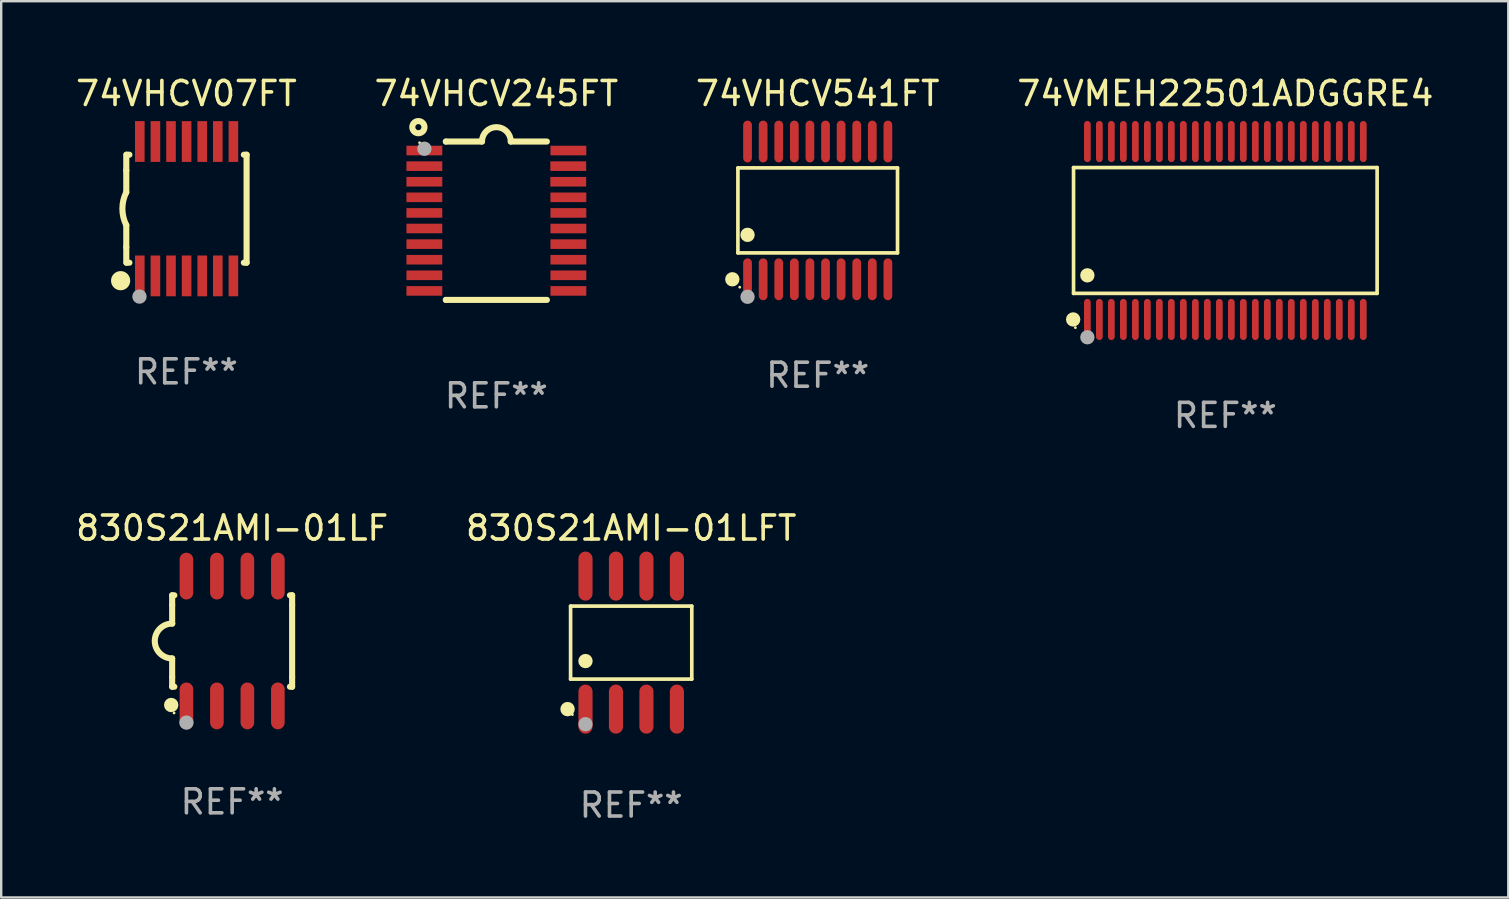
<source format=kicad_pcb>
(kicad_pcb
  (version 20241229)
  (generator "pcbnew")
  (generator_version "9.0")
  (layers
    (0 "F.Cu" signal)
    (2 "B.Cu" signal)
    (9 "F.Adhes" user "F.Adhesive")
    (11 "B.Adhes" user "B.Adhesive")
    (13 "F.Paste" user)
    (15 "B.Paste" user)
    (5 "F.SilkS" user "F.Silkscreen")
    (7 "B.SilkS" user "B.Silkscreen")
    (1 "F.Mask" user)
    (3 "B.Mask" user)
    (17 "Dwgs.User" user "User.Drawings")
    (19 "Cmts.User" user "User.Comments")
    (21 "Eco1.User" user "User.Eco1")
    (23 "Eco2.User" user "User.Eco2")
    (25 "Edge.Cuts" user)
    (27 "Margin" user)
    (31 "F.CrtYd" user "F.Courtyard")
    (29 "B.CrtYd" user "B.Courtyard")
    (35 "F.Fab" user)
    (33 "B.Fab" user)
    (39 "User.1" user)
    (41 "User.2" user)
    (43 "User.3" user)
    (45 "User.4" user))
  (footprint "830S21AMI-01LF"
    (layer "F.Cu")
    (at 6.625 23.665)
    (property "Reference" "830S21AMI-01LF" (at 0 -4.705 0) (layer "F.SilkS") (effects (font (size 1 1) (thickness 0.15))))
    (attr through_hole)
    (fp_line (start -2.5 -1.905) (end -2.409 -1.905) (stroke (width 0.254) (type solid)) (layer "F.SilkS"))
    (fp_line (start -2.5 -1.5) (end -2.5 -1.905) (stroke (width 0.254) (type solid)) (layer "F.SilkS"))
    (fp_line (start -2.5 -1.5) (end -2.5 -0.726) (stroke (width 0.254) (type solid)) (layer "F.SilkS"))
    (fp_line (start -2.5 1.5) (end -2.5 0.727) (stroke (width 0.254) (type solid)) (layer "F.SilkS"))
    (fp_line (start -2.5 1.5) (end -2.5 1.905) (stroke (width 0.254) (type solid)) (layer "F.SilkS"))
    (fp_line (start -2.5 1.905) (end -2.409 1.905) (stroke (width 0.254) (type solid)) (layer "F.SilkS"))
    (fp_line (start 2.5 -1.905) (end 2.409 -1.905) (stroke (width 0.254) (type solid)) (layer "F.SilkS"))
    (fp_line (start 2.5 -1.5) (end 2.5 -1.905) (stroke (width 0.254) (type solid)) (layer "F.SilkS"))
    (fp_line (start 2.5 -1.5) (end 2.5 1.5) (stroke (width 0.254) (type solid)) (layer "F.SilkS"))
    (fp_line (start 2.5 1.5) (end 2.5 1.905) (stroke (width 0.254) (type solid)) (layer "F.SilkS"))
    (fp_line (start 2.5 1.905) (end 2.409 1.905) (stroke (width 0.254) (type solid)) (layer "F.SilkS"))
    (fp_arc (start -2.5 0.726568) (mid -3.220316 -0.0023) (end -2.495097 -0.726289) (stroke (width 0.254001) (type solid)) (layer "F.SilkS"))
    (fp_circle (center -2.54 2.667) (end -2.39 2.667) (stroke (width 0.3) (type solid)) (fill no) (layer "F.SilkS"))
    (fp_circle (center -2.42 3) (end -2.39 3) (stroke (width 0.06) (type solid)) (fill no) (layer "F.SilkS"))
    (fp_circle (center -1.905 3.4) (end -1.755 3.4) (stroke (width 0.3) (type solid)) (fill no) (layer "F.Fab"))
    (fp_text user "REF**" (at 0 6.705 0) (layer "F.Fab") (effects (font (size 1 1) (thickness 0.15))))
    (pad "1" smd oval (at -1.905 2.705) (size 0.568 1.95) (layers "F.Cu" "F.Mask" "F.Paste"))
    (pad "2" smd oval (at -0.635 2.705) (size 0.568 1.95) (layers "F.Cu" "F.Mask" "F.Paste"))
    (pad "3" smd oval (at 0.635 2.705) (size 0.568 1.95) (layers "F.Cu" "F.Mask" "F.Paste"))
    (pad "4" smd oval (at 1.905 2.705) (size 0.568 1.95) (layers "F.Cu" "F.Mask" "F.Paste"))
    (pad "5" smd oval (at 1.905 -2.705) (size 0.568 1.95) (layers "F.Cu" "F.Mask" "F.Paste"))
    (pad "6" smd oval (at 0.635 -2.705) (size 0.568 1.95) (layers "F.Cu" "F.Mask" "F.Paste"))
    (pad "7" smd oval (at -0.635 -2.705) (size 0.568 1.95) (layers "F.Cu" "F.Mask" "F.Paste"))
    (pad "8" smd oval (at -1.905 -2.705) (size 0.568 1.95) (layers "F.Cu" "F.Mask" "F.Paste")))
  (footprint "830S21AMI-01LFT"
    (layer "F.Cu")
    (at 23.256 23.732)
    (property "Reference" "830S21AMI-01LFT" (at 0 -4.772 0) (layer "F.SilkS") (effects (font (size 1 1) (thickness 0.15))))
    (attr through_hole)
    (fp_line (start -2.526 -1.521) (end 2.526 -1.521) (stroke (width 0.152) (type solid)) (layer "F.SilkS"))
    (fp_line (start -2.526 1.521) (end -2.526 -1.521) (stroke (width 0.152) (type solid)) (layer "F.SilkS"))
    (fp_line (start 2.526 -1.521) (end 2.526 1.521) (stroke (width 0.152) (type solid)) (layer "F.SilkS"))
    (fp_line (start 2.526 1.521) (end -2.526 1.521) (stroke (width 0.152) (type solid)) (layer "F.SilkS"))
    (fp_circle (center -2.652 2.772) (end -2.501 2.772) (stroke (width 0.3) (type solid)) (fill no) (layer "F.SilkS"))
    (fp_circle (center -2.45 3) (end -2.42 3) (stroke (width 0.06) (type solid)) (fill no) (layer "F.SilkS"))
    (fp_circle (center -1.905 0.769) (end -1.755 0.769) (stroke (width 0.3) (type solid)) (fill no) (layer "F.SilkS"))
    (fp_circle (center -1.905 3.4) (end -1.755 3.4) (stroke (width 0.3) (type solid)) (fill no) (layer "F.Fab"))
    (fp_text user "REF**" (at 0 6.772 0) (layer "F.Fab") (effects (font (size 1 1) (thickness 0.15))))
    (pad "1" smd oval (at -1.905 2.772) (size 0.588 2.045) (layers "F.Cu" "F.Mask" "F.Paste"))
    (pad "2" smd oval (at -0.635 2.772) (size 0.588 2.045) (layers "F.Cu" "F.Mask" "F.Paste"))
    (pad "3" smd oval (at 0.635 2.772) (size 0.588 2.045) (layers "F.Cu" "F.Mask" "F.Paste"))
    (pad "4" smd oval (at 1.905 2.772) (size 0.588 2.045) (layers "F.Cu" "F.Mask" "F.Paste"))
    (pad "5" smd oval (at 1.905 -2.772) (size 0.588 2.045) (layers "F.Cu" "F.Mask" "F.Paste"))
    (pad "6" smd oval (at 0.635 -2.772) (size 0.588 2.045) (layers "F.Cu" "F.Mask" "F.Paste"))
    (pad "7" smd oval (at -0.635 -2.772) (size 0.588 2.045) (layers "F.Cu" "F.Mask" "F.Paste"))
    (pad "8" smd oval (at -1.905 -2.772) (size 0.588 2.045) (layers "F.Cu" "F.Mask" "F.Paste")))
  (footprint "74VMEH22501ADGGRE4"
    (layer "F.Cu")
    (at 48.018 6.556)
    (property "Reference" "74VMEH22501ADGGRE4" (at 0 -5.708 0) (layer "F.SilkS") (effects (font (size 1 1) (thickness 0.15))))
    (attr through_hole)
    (fp_line (start -6.326 -2.622) (end 6.326 -2.622) (stroke (width 0.152) (type solid)) (layer "F.SilkS"))
    (fp_line (start -6.326 2.621) (end -6.326 -2.622) (stroke (width 0.152) (type solid)) (layer "F.SilkS"))
    (fp_line (start 6.326 -2.622) (end 6.326 2.621) (stroke (width 0.152) (type solid)) (layer "F.SilkS"))
    (fp_line (start 6.326 2.621) (end -6.326 2.621) (stroke (width 0.152) (type solid)) (layer "F.SilkS"))
    (fp_circle (center -6.342 3.708) (end -6.192 3.708) (stroke (width 0.3) (type solid)) (fill no) (layer "F.SilkS"))
    (fp_circle (center -6.25 4.05) (end -6.22 4.05) (stroke (width 0.06) (type solid)) (fill no) (layer "F.SilkS"))
    (fp_circle (center -5.75 1.869) (end -5.6 1.869) (stroke (width 0.3) (type solid)) (fill no) (layer "F.SilkS"))
    (fp_circle (center -5.75 4.45) (end -5.6 4.45) (stroke (width 0.3) (type solid)) (fill no) (layer "F.Fab"))
    (fp_text user "REF**" (at 0 7.708 0) (layer "F.Fab") (effects (font (size 1 1) (thickness 0.15))))
    (pad "1" smd oval (at -5.75 3.708) (size 0.28 1.715) (layers "F.Cu" "F.Mask" "F.Paste"))
    (pad "2" smd oval (at -5.25 3.708) (size 0.28 1.715) (layers "F.Cu" "F.Mask" "F.Paste"))
    (pad "3" smd oval (at -4.75 3.708) (size 0.28 1.715) (layers "F.Cu" "F.Mask" "F.Paste"))
    (pad "4" smd oval (at -4.25 3.708) (size 0.28 1.715) (layers "F.Cu" "F.Mask" "F.Paste"))
    (pad "5" smd oval (at -3.75 3.708) (size 0.28 1.715) (layers "F.Cu" "F.Mask" "F.Paste"))
    (pad "6" smd oval (at -3.25 3.708) (size 0.28 1.715) (layers "F.Cu" "F.Mask" "F.Paste"))
    (pad "7" smd oval (at -2.75 3.708) (size 0.28 1.715) (layers "F.Cu" "F.Mask" "F.Paste"))
    (pad "8" smd oval (at -2.25 3.708) (size 0.28 1.715) (layers "F.Cu" "F.Mask" "F.Paste"))
    (pad "9" smd oval (at -1.75 3.708) (size 0.28 1.715) (layers "F.Cu" "F.Mask" "F.Paste"))
    (pad "10" smd oval (at -1.25 3.708) (size 0.28 1.715) (layers "F.Cu" "F.Mask" "F.Paste"))
    (pad "11" smd oval (at -0.75 3.708) (size 0.28 1.715) (layers "F.Cu" "F.Mask" "F.Paste"))
    (pad "12" smd oval (at -0.25 3.708) (size 0.28 1.715) (layers "F.Cu" "F.Mask" "F.Paste"))
    (pad "13" smd oval (at 0.25 3.708) (size 0.28 1.715) (layers "F.Cu" "F.Mask" "F.Paste"))
    (pad "14" smd oval (at 0.75 3.708) (size 0.28 1.715) (layers "F.Cu" "F.Mask" "F.Paste"))
    (pad "15" smd oval (at 1.25 3.708) (size 0.28 1.715) (layers "F.Cu" "F.Mask" "F.Paste"))
    (pad "16" smd oval (at 1.75 3.708) (size 0.28 1.715) (layers "F.Cu" "F.Mask" "F.Paste"))
    (pad "17" smd oval (at 2.25 3.708) (size 0.28 1.715) (layers "F.Cu" "F.Mask" "F.Paste"))
    (pad "18" smd oval (at 2.75 3.708) (size 0.28 1.715) (layers "F.Cu" "F.Mask" "F.Paste"))
    (pad "19" smd oval (at 3.25 3.708) (size 0.28 1.715) (layers "F.Cu" "F.Mask" "F.Paste"))
    (pad "20" smd oval (at 3.75 3.708) (size 0.28 1.715) (layers "F.Cu" "F.Mask" "F.Paste"))
    (pad "21" smd oval (at 4.25 3.708) (size 0.28 1.715) (layers "F.Cu" "F.Mask" "F.Paste"))
    (pad "22" smd oval (at 4.75 3.708) (size 0.28 1.715) (layers "F.Cu" "F.Mask" "F.Paste"))
    (pad "23" smd oval (at 5.25 3.708) (size 0.28 1.715) (layers "F.Cu" "F.Mask" "F.Paste"))
    (pad "24" smd oval (at 5.75 3.708) (size 0.28 1.715) (layers "F.Cu" "F.Mask" "F.Paste"))
    (pad "25" smd oval (at 5.75 -3.708) (size 0.28 1.715) (layers "F.Cu" "F.Mask" "F.Paste"))
    (pad "26" smd oval (at 5.25 -3.708) (size 0.28 1.715) (layers "F.Cu" "F.Mask" "F.Paste"))
    (pad "27" smd oval (at 4.75 -3.708) (size 0.28 1.715) (layers "F.Cu" "F.Mask" "F.Paste"))
    (pad "28" smd oval (at 4.25 -3.708) (size 0.28 1.715) (layers "F.Cu" "F.Mask" "F.Paste"))
    (pad "29" smd oval (at 3.75 -3.708) (size 0.28 1.715) (layers "F.Cu" "F.Mask" "F.Paste"))
    (pad "30" smd oval (at 3.25 -3.708) (size 0.28 1.715) (layers "F.Cu" "F.Mask" "F.Paste"))
    (pad "31" smd oval (at 2.75 -3.708) (size 0.28 1.715) (layers "F.Cu" "F.Mask" "F.Paste"))
    (pad "32" smd oval (at 2.25 -3.708) (size 0.28 1.715) (layers "F.Cu" "F.Mask" "F.Paste"))
    (pad "33" smd oval (at 1.75 -3.708) (size 0.28 1.715) (layers "F.Cu" "F.Mask" "F.Paste"))
    (pad "34" smd oval (at 1.25 -3.708) (size 0.28 1.715) (layers "F.Cu" "F.Mask" "F.Paste"))
    (pad "35" smd oval (at 0.75 -3.708) (size 0.28 1.715) (layers "F.Cu" "F.Mask" "F.Paste"))
    (pad "36" smd oval (at 0.25 -3.708) (size 0.28 1.715) (layers "F.Cu" "F.Mask" "F.Paste"))
    (pad "37" smd oval (at -0.25 -3.708) (size 0.28 1.715) (layers "F.Cu" "F.Mask" "F.Paste"))
    (pad "38" smd oval (at -0.75 -3.708) (size 0.28 1.715) (layers "F.Cu" "F.Mask" "F.Paste"))
    (pad "39" smd oval (at -1.25 -3.708) (size 0.28 1.715) (layers "F.Cu" "F.Mask" "F.Paste"))
    (pad "40" smd oval (at -1.75 -3.708) (size 0.28 1.715) (layers "F.Cu" "F.Mask" "F.Paste"))
    (pad "41" smd oval (at -2.25 -3.708) (size 0.28 1.715) (layers "F.Cu" "F.Mask" "F.Paste"))
    (pad "42" smd oval (at -2.75 -3.708) (size 0.28 1.715) (layers "F.Cu" "F.Mask" "F.Paste"))
    (pad "43" smd oval (at -3.25 -3.708) (size 0.28 1.715) (layers "F.Cu" "F.Mask" "F.Paste"))
    (pad "44" smd oval (at -3.75 -3.708) (size 0.28 1.715) (layers "F.Cu" "F.Mask" "F.Paste"))
    (pad "45" smd oval (at -4.25 -3.708) (size 0.28 1.715) (layers "F.Cu" "F.Mask" "F.Paste"))
    (pad "46" smd oval (at -4.75 -3.708) (size 0.28 1.715) (layers "F.Cu" "F.Mask" "F.Paste"))
    (pad "47" smd oval (at -5.25 -3.708) (size 0.28 1.715) (layers "F.Cu" "F.Mask" "F.Paste"))
    (pad "48" smd oval (at -5.75 -3.708) (size 0.28 1.715) (layers "F.Cu" "F.Mask" "F.Paste")))
  (footprint "74VHCV541FT"
    (layer "F.Cu")
    (at 31.03 5.719)
    (property "Reference" "74VHCV541FT" (at 0 -4.871 0) (layer "F.SilkS") (effects (font (size 1 1) (thickness 0.15))))
    (attr through_hole)
    (fp_line (start -3.326 -1.771) (end 3.326 -1.771) (stroke (width 0.152) (type solid)) (layer "F.SilkS"))
    (fp_line (start -3.326 1.771) (end -3.326 -1.771) (stroke (width 0.152) (type solid)) (layer "F.SilkS"))
    (fp_line (start 3.326 -1.771) (end 3.326 1.771) (stroke (width 0.152) (type solid)) (layer "F.SilkS"))
    (fp_line (start 3.326 1.771) (end -3.326 1.771) (stroke (width 0.152) (type solid)) (layer "F.SilkS"))
    (fp_circle (center -3.559 2.871) (end -3.409 2.871) (stroke (width 0.3) (type solid)) (fill no) (layer "F.SilkS"))
    (fp_circle (center -3.25 3.2) (end -3.22 3.2) (stroke (width 0.06) (type solid)) (fill no) (layer "F.SilkS"))
    (fp_circle (center -2.925 1.019) (end -2.775 1.019) (stroke (width 0.3) (type solid)) (fill no) (layer "F.SilkS"))
    (fp_circle (center -2.925 3.6) (end -2.775 3.6) (stroke (width 0.3) (type solid)) (fill no) (layer "F.Fab"))
    (fp_text user "REF**" (at 0 6.871 0) (layer "F.Fab") (effects (font (size 1 1) (thickness 0.15))))
    (pad "1" smd oval (at -2.925 2.871) (size 0.364 1.742) (layers "F.Cu" "F.Mask" "F.Paste"))
    (pad "2" smd oval (at -2.275 2.871) (size 0.364 1.742) (layers "F.Cu" "F.Mask" "F.Paste"))
    (pad "3" smd oval (at -1.625 2.871) (size 0.364 1.742) (layers "F.Cu" "F.Mask" "F.Paste"))
    (pad "4" smd oval (at -0.975 2.871) (size 0.364 1.742) (layers "F.Cu" "F.Mask" "F.Paste"))
    (pad "5" smd oval (at -0.325 2.871) (size 0.364 1.742) (layers "F.Cu" "F.Mask" "F.Paste"))
    (pad "6" smd oval (at 0.325 2.871) (size 0.364 1.742) (layers "F.Cu" "F.Mask" "F.Paste"))
    (pad "7" smd oval (at 0.975 2.871) (size 0.364 1.742) (layers "F.Cu" "F.Mask" "F.Paste"))
    (pad "8" smd oval (at 1.625 2.871) (size 0.364 1.742) (layers "F.Cu" "F.Mask" "F.Paste"))
    (pad "9" smd oval (at 2.275 2.871) (size 0.364 1.742) (layers "F.Cu" "F.Mask" "F.Paste"))
    (pad "10" smd oval (at 2.925 2.871) (size 0.364 1.742) (layers "F.Cu" "F.Mask" "F.Paste"))
    (pad "11" smd oval (at 2.925 -2.871) (size 0.364 1.742) (layers "F.Cu" "F.Mask" "F.Paste"))
    (pad "12" smd oval (at 2.275 -2.871) (size 0.364 1.742) (layers "F.Cu" "F.Mask" "F.Paste"))
    (pad "13" smd oval (at 1.625 -2.871) (size 0.364 1.742) (layers "F.Cu" "F.Mask" "F.Paste"))
    (pad "14" smd oval (at 0.975 -2.871) (size 0.364 1.742) (layers "F.Cu" "F.Mask" "F.Paste"))
    (pad "15" smd oval (at 0.325 -2.871) (size 0.364 1.742) (layers "F.Cu" "F.Mask" "F.Paste"))
    (pad "16" smd oval (at -0.325 -2.871) (size 0.364 1.742) (layers "F.Cu" "F.Mask" "F.Paste"))
    (pad "17" smd oval (at -0.975 -2.871) (size 0.364 1.742) (layers "F.Cu" "F.Mask" "F.Paste"))
    (pad "18" smd oval (at -1.625 -2.871) (size 0.364 1.742) (layers "F.Cu" "F.Mask" "F.Paste"))
    (pad "19" smd oval (at -2.275 -2.871) (size 0.364 1.742) (layers "F.Cu" "F.Mask" "F.Paste"))
    (pad "20" smd oval (at -2.925 -2.871) (size 0.364 1.742) (layers "F.Cu" "F.Mask" "F.Paste")))
  (footprint "74VHCV245FT"
    (layer "F.Cu")
    (at 17.637 6.149)
    (property "Reference" "74VHCV245FT" (at 0 -5.3 0) (layer "F.SilkS") (effects (font (size 1 1) (thickness 0.15))))
    (attr through_hole)
    (fp_line (start -2.105 -3.3) (end -2.105 -3.3) (stroke (width 0.254) (type solid)) (layer "F.SilkS"))
    (fp_line (start -2.105 -3.3) (end -0.6 -3.3) (stroke (width 0.254) (type solid)) (layer "F.SilkS"))
    (fp_line (start -2.105 3.3) (end -2.105 3.3) (stroke (width 0.254) (type solid)) (layer "F.SilkS"))
    (fp_line (start 0.6 -3.3) (end 2.105 -3.3) (stroke (width 0.254) (type solid)) (layer "F.SilkS"))
    (fp_line (start 2.105 3.3) (end -2.105 3.3) (stroke (width 0.254) (type solid)) (layer "F.SilkS"))
    (fp_arc (start -0.599924 -3.300026) (mid 0.000114 -3.897415) (end 0.600152 -3.300025) (stroke (width 0.254001) (type solid)) (layer "F.SilkS"))
    (fp_circle (center -3.25 -3.9) (end -2.996 -3.9) (stroke (width 0.254) (type solid)) (fill no) (layer "F.SilkS"))
    (fp_circle (center -3.2 -3.25) (end -3.17 -3.25) (stroke (width 0.06) (type solid)) (fill no) (layer "F.SilkS"))
    (fp_circle (center -3 -3) (end -2.85 -3) (stroke (width 0.3) (type solid)) (fill no) (layer "F.Fab"))
    (fp_text user "REF**" (at 0 7.3 0) (layer "F.Fab") (effects (font (size 1 1) (thickness 0.15))))
    (pad "1" smd rect (at -3.001 -2.925 270) (size 0.4 1.494) (layers "F.Cu" "F.Mask" "F.Paste"))
    (pad "2" smd rect (at -3.001 -2.275 270) (size 0.4 1.494) (layers "F.Cu" "F.Mask" "F.Paste"))
    (pad "3" smd rect (at -3.001 -1.625 270) (size 0.4 1.494) (layers "F.Cu" "F.Mask" "F.Paste"))
    (pad "4" smd rect (at -3.001 -0.975 270) (size 0.4 1.494) (layers "F.Cu" "F.Mask" "F.Paste"))
    (pad "5" smd rect (at -3.001 -0.325 270) (size 0.4 1.494) (layers "F.Cu" "F.Mask" "F.Paste"))
    (pad "6" smd rect (at -3.001 0.324 270) (size 0.4 1.494) (layers "F.Cu" "F.Mask" "F.Paste"))
    (pad "7" smd rect (at -3.001 0.975 270) (size 0.4 1.494) (layers "F.Cu" "F.Mask" "F.Paste"))
    (pad "8" smd rect (at -3.001 1.625 270) (size 0.4 1.494) (layers "F.Cu" "F.Mask" "F.Paste"))
    (pad "9" smd rect (at -3.001 2.275 270) (size 0.4 1.494) (layers "F.Cu" "F.Mask" "F.Paste"))
    (pad "10" smd rect (at -3.001 2.925 270) (size 0.4 1.494) (layers "F.Cu" "F.Mask" "F.Paste"))
    (pad "11" smd rect (at 3.001 2.925 270) (size 0.4 1.494) (layers "F.Cu" "F.Mask" "F.Paste"))
    (pad "12" smd rect (at 3.001 2.275 270) (size 0.4 1.494) (layers "F.Cu" "F.Mask" "F.Paste"))
    (pad "13" smd rect (at 3.001 1.625 270) (size 0.4 1.494) (layers "F.Cu" "F.Mask" "F.Paste"))
    (pad "14" smd rect (at 3.001 0.975 270) (size 0.4 1.494) (layers "F.Cu" "F.Mask" "F.Paste"))
    (pad "15" smd rect (at 3.001 0.325 270) (size 0.4 1.494) (layers "F.Cu" "F.Mask" "F.Paste"))
    (pad "16" smd rect (at 3.001 -0.325 270) (size 0.4 1.494) (layers "F.Cu" "F.Mask" "F.Paste"))
    (pad "17" smd rect (at 3.001 -0.975 270) (size 0.4 1.494) (layers "F.Cu" "F.Mask" "F.Paste"))
    (pad "18" smd rect (at 2.996 -1.625 270) (size 0.4 1.494) (layers "F.Cu" "F.Mask" "F.Paste"))
    (pad "19" smd rect (at 2.996 -2.275 270) (size 0.4 1.494) (layers "F.Cu" "F.Mask" "F.Paste"))
    (pad "20" smd rect (at 3.001 -2.925 270) (size 0.4 1.494) (layers "F.Cu" "F.Mask" "F.Paste")))
  (footprint "74VHCV07FT"
    (layer "F.Cu")
    (at 4.72 5.648)
    (property "Reference" "74VHCV07FT" (at 0 -4.8 0) (layer "F.SilkS") (effects (font (size 1 1) (thickness 0.15))))
    (attr through_hole)
    (fp_line (start -2.507 -1.6) (end -2.507 -2.25) (stroke (width 0.254) (type solid)) (layer "F.SilkS"))
    (fp_line (start -2.507 -0.686) (end -2.507 -1.6) (stroke (width 0.254) (type solid)) (layer "F.SilkS"))
    (fp_line (start -2.507 1.6) (end -2.507 0.686) (stroke (width 0.254) (type solid)) (layer "F.SilkS"))
    (fp_line (start -2.507 1.6) (end -2.507 2.25) (stroke (width 0.254) (type solid)) (layer "F.SilkS"))
    (fp_line (start -2.493 -2.25) (end -2.377 -2.25) (stroke (width 0.254) (type solid)) (layer "F.SilkS"))
    (fp_line (start -2.377 2.25) (end -2.493 2.25) (stroke (width 0.254) (type solid)) (layer "F.SilkS"))
    (fp_line (start 2.392 -2.25) (end 2.507 -2.25) (stroke (width 0.254) (type solid)) (layer "F.SilkS"))
    (fp_line (start 2.507 -2.25) (end 2.507 2.25) (stroke (width 0.254) (type solid)) (layer "F.SilkS"))
    (fp_line (start 2.507 2.25) (end 2.392 2.25) (stroke (width 0.254) (type solid)) (layer "F.SilkS"))
    (fp_arc (start -2.507303 0.685802) (mid -2.669199 0) (end -2.507303 -0.685801) (stroke (width 0.254001) (type solid)) (layer "F.SilkS"))
    (fp_circle (center -2.743 3) (end -2.543 3) (stroke (width 0.4) (type solid)) (fill no) (layer "F.SilkS"))
    (fp_circle (center -2.493 3.2) (end -2.463 3.2) (stroke (width 0.06) (type solid)) (fill no) (layer "F.SilkS"))
    (fp_circle (center -1.957 3.662) (end -1.807 3.662) (stroke (width 0.3) (type solid)) (fill no) (layer "F.Fab"))
    (fp_text user "REF**" (at 0 6.8 0) (layer "F.Fab") (effects (font (size 1 1) (thickness 0.15))))
    (pad "1" smd rect (at -1.943 2.8) (size 0.4 1.7) (layers "F.Cu" "F.Mask" "F.Paste"))
    (pad "2" smd rect (at -1.293 2.8) (size 0.4 1.7) (layers "F.Cu" "F.Mask" "F.Paste"))
    (pad "3" smd rect (at -0.643 2.8) (size 0.4 1.7) (layers "F.Cu" "F.Mask" "F.Paste"))
    (pad "4" smd rect (at 0.007 2.8) (size 0.4 1.7) (layers "F.Cu" "F.Mask" "F.Paste"))
    (pad "5" smd rect (at 0.657 2.8) (size 0.4 1.7) (layers "F.Cu" "F.Mask" "F.Paste"))
    (pad "6" smd rect (at 1.307 2.8) (size 0.4 1.7) (layers "F.Cu" "F.Mask" "F.Paste"))
    (pad "7" smd rect (at 1.957 2.8) (size 0.4 1.7) (layers "F.Cu" "F.Mask" "F.Paste"))
    (pad "8" smd rect (at 1.957 -2.8) (size 0.4 1.7) (layers "F.Cu" "F.Mask" "F.Paste"))
    (pad "9" smd rect (at 1.307 -2.8) (size 0.4 1.7) (layers "F.Cu" "F.Mask" "F.Paste"))
    (pad "10" smd rect (at 0.657 -2.8) (size 0.4 1.7) (layers "F.Cu" "F.Mask" "F.Paste"))
    (pad "11" smd rect (at 0.007 -2.8) (size 0.4 1.7) (layers "F.Cu" "F.Mask" "F.Paste"))
    (pad "12" smd rect (at -0.643 -2.8) (size 0.4 1.7) (layers "F.Cu" "F.Mask" "F.Paste"))
    (pad "13" smd rect (at -1.293 -2.8) (size 0.4 1.7) (layers "F.Cu" "F.Mask" "F.Paste"))
    (pad "14" smd rect (at -1.943 -2.8) (size 0.4 1.7) (layers "F.Cu" "F.Mask" "F.Paste")))
  (gr_rect
    (start -3 -3)
    (end 59.81 34.353)
    (stroke (width 0.1) (type default))
    (fill no)
    (layer "Edge.Cuts")))
</source>
